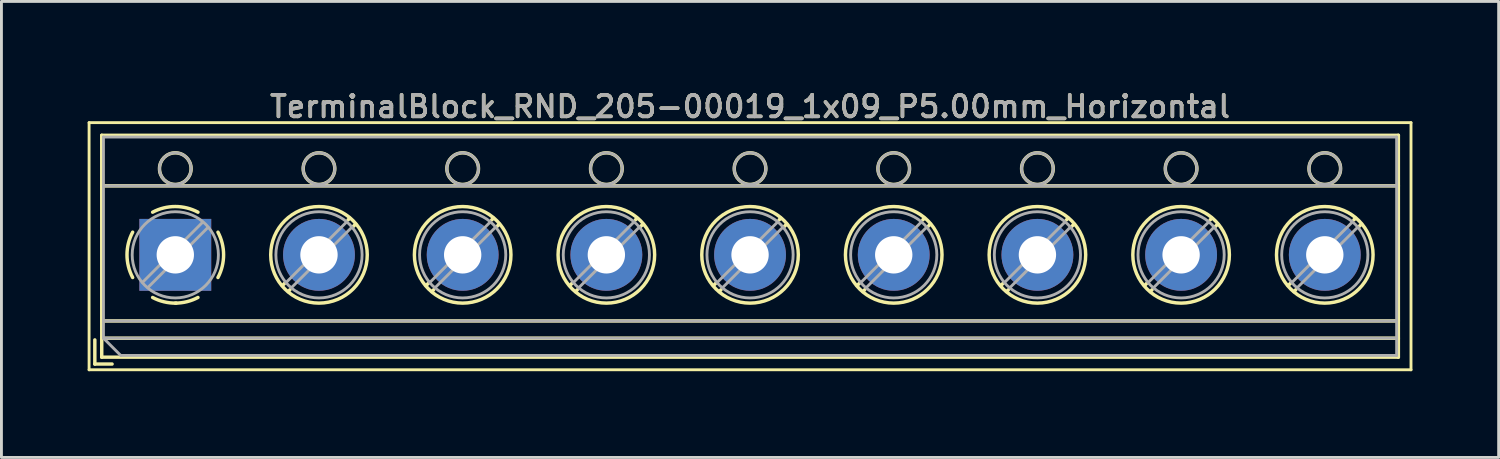
<source format=kicad_pcb>
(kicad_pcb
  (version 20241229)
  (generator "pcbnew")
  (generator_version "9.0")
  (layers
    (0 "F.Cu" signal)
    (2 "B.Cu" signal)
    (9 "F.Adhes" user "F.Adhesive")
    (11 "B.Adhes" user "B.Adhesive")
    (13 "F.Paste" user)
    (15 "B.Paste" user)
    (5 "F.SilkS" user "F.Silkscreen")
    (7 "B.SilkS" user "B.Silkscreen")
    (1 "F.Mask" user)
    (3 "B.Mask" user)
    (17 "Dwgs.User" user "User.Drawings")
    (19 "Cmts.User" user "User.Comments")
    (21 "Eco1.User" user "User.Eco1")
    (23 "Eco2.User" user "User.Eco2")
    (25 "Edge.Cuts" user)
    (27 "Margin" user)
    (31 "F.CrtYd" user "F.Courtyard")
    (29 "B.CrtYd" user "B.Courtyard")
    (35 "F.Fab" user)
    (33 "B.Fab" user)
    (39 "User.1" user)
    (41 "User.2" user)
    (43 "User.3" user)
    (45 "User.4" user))
  (footprint "TerminalBlock_RND_205-00019_1x09_P5.00mm_Horizontal"
    (layer "F.Cu")
    (at 3.05 5.818)
    (property "Reference" "TerminalBlock_RND_205-00019_1x09_P5.00mm_Horizontal" (at 20 -5.16 0) (layer "F.SilkS") (effects (font (size 0.75 0.75) (thickness 0.125))))
    (attr through_hole)
    (fp_line (start -3 -4.6) (end -3 4) (stroke (width 0.1) (type solid)) (layer "F.SilkS"))
    (fp_line (start -3 4) (end 43 4) (stroke (width 0.1) (type solid)) (layer "F.SilkS"))
    (fp_line (start -2.8 2.96) (end -2.8 3.8) (stroke (width 0.12) (type solid)) (layer "F.SilkS"))
    (fp_line (start -2.8 3.8) (end -2.2 3.8) (stroke (width 0.12) (type solid)) (layer "F.SilkS"))
    (fp_line (start -2.56 -4.16) (end -2.56 3.561) (stroke (width 0.12) (type solid)) (layer "F.SilkS"))
    (fp_line (start -2.56 -4.16) (end 42.56 -4.16) (stroke (width 0.12) (type solid)) (layer "F.SilkS"))
    (fp_line (start -2.56 -2.4) (end 42.56 -2.4) (stroke (width 0.12) (type solid)) (layer "F.SilkS"))
    (fp_line (start -2.56 2.3) (end 42.56 2.3) (stroke (width 0.12) (type solid)) (layer "F.SilkS"))
    (fp_line (start -2.56 2.9) (end 42.56 2.9) (stroke (width 0.12) (type solid)) (layer "F.SilkS"))
    (fp_line (start -2.56 3.561) (end 42.56 3.561) (stroke (width 0.12) (type solid)) (layer "F.SilkS"))
    (fp_line (start 3.82 0.976) (end 3.726 1.069) (stroke (width 0.12) (type solid)) (layer "F.SilkS"))
    (fp_line (start 3.99 1.216) (end 3.931 1.274) (stroke (width 0.12) (type solid)) (layer "F.SilkS"))
    (fp_line (start 6.07 -1.275) (end 6.011 -1.216) (stroke (width 0.12) (type solid)) (layer "F.SilkS"))
    (fp_line (start 6.275 -1.069) (end 6.181 -0.976) (stroke (width 0.12) (type solid)) (layer "F.SilkS"))
    (fp_line (start 8.82 0.976) (end 8.726 1.069) (stroke (width 0.12) (type solid)) (layer "F.SilkS"))
    (fp_line (start 8.99 1.216) (end 8.931 1.274) (stroke (width 0.12) (type solid)) (layer "F.SilkS"))
    (fp_line (start 11.07 -1.275) (end 11.011 -1.216) (stroke (width 0.12) (type solid)) (layer "F.SilkS"))
    (fp_line (start 11.275 -1.069) (end 11.181 -0.976) (stroke (width 0.12) (type solid)) (layer "F.SilkS"))
    (fp_line (start 13.82 0.976) (end 13.726 1.069) (stroke (width 0.12) (type solid)) (layer "F.SilkS"))
    (fp_line (start 13.99 1.216) (end 13.931 1.274) (stroke (width 0.12) (type solid)) (layer "F.SilkS"))
    (fp_line (start 16.07 -1.275) (end 16.011 -1.216) (stroke (width 0.12) (type solid)) (layer "F.SilkS"))
    (fp_line (start 16.275 -1.069) (end 16.181 -0.976) (stroke (width 0.12) (type solid)) (layer "F.SilkS"))
    (fp_line (start 18.82 0.976) (end 18.726 1.069) (stroke (width 0.12) (type solid)) (layer "F.SilkS"))
    (fp_line (start 18.99 1.216) (end 18.931 1.274) (stroke (width 0.12) (type solid)) (layer "F.SilkS"))
    (fp_line (start 21.07 -1.275) (end 21.011 -1.216) (stroke (width 0.12) (type solid)) (layer "F.SilkS"))
    (fp_line (start 21.275 -1.069) (end 21.181 -0.976) (stroke (width 0.12) (type solid)) (layer "F.SilkS"))
    (fp_line (start 23.82 0.976) (end 23.726 1.069) (stroke (width 0.12) (type solid)) (layer "F.SilkS"))
    (fp_line (start 23.99 1.216) (end 23.931 1.274) (stroke (width 0.12) (type solid)) (layer "F.SilkS"))
    (fp_line (start 26.07 -1.275) (end 26.011 -1.216) (stroke (width 0.12) (type solid)) (layer "F.SilkS"))
    (fp_line (start 26.275 -1.069) (end 26.181 -0.976) (stroke (width 0.12) (type solid)) (layer "F.SilkS"))
    (fp_line (start 28.82 0.976) (end 28.726 1.069) (stroke (width 0.12) (type solid)) (layer "F.SilkS"))
    (fp_line (start 28.99 1.216) (end 28.931 1.274) (stroke (width 0.12) (type solid)) (layer "F.SilkS"))
    (fp_line (start 31.07 -1.275) (end 31.011 -1.216) (stroke (width 0.12) (type solid)) (layer "F.SilkS"))
    (fp_line (start 31.275 -1.069) (end 31.181 -0.976) (stroke (width 0.12) (type solid)) (layer "F.SilkS"))
    (fp_line (start 33.82 0.976) (end 33.726 1.069) (stroke (width 0.12) (type solid)) (layer "F.SilkS"))
    (fp_line (start 33.99 1.216) (end 33.931 1.274) (stroke (width 0.12) (type solid)) (layer "F.SilkS"))
    (fp_line (start 36.07 -1.275) (end 36.011 -1.216) (stroke (width 0.12) (type solid)) (layer "F.SilkS"))
    (fp_line (start 36.275 -1.069) (end 36.181 -0.976) (stroke (width 0.12) (type solid)) (layer "F.SilkS"))
    (fp_line (start 38.82 0.976) (end 38.726 1.069) (stroke (width 0.12) (type solid)) (layer "F.SilkS"))
    (fp_line (start 38.99 1.216) (end 38.931 1.274) (stroke (width 0.12) (type solid)) (layer "F.SilkS"))
    (fp_line (start 41.07 -1.275) (end 41.011 -1.216) (stroke (width 0.12) (type solid)) (layer "F.SilkS"))
    (fp_line (start 41.275 -1.069) (end 41.181 -0.976) (stroke (width 0.12) (type solid)) (layer "F.SilkS"))
    (fp_line (start 42.56 -4.16) (end 42.56 3.561) (stroke (width 0.12) (type solid)) (layer "F.SilkS"))
    (fp_line (start 43 -4.6) (end -3 -4.6) (stroke (width 0.1) (type solid)) (layer "F.SilkS"))
    (fp_line (start 43 4) (end 43 -4.6) (stroke (width 0.1) (type solid)) (layer "F.SilkS"))
    (fp_arc (start -1.483953 0.789089) (mid -1.680708 0.00005) (end -1.484 -0.789) (stroke (width 0.12) (type solid)) (layer "F.SilkS"))
    (fp_arc (start -0.789089 -1.483953) (mid -0.00005 -1.680708) (end 0.789 -1.484) (stroke (width 0.12) (type solid)) (layer "F.SilkS"))
    (fp_arc (start 0.029383 1.68045) (mid -0.392304 1.634281) (end -0.789 1.484) (stroke (width 0.12) (type solid)) (layer "F.SilkS"))
    (fp_arc (start 0.788712 1.483352) (mid 0.406429 1.630097) (end 0 1.68) (stroke (width 0.12) (type solid)) (layer "F.SilkS"))
    (fp_arc (start 1.483953 -0.789089) (mid 1.680708 -0.00005) (end 1.484 0.789) (stroke (width 0.12) (type solid)) (layer "F.SilkS"))
    (fp_circle (center 0 -3) (end 0.55 -3) (stroke (width 0.12) (type solid)) (fill no) (layer "F.SilkS"))
    (fp_circle (center 5 -3) (end 5.55 -3) (stroke (width 0.12) (type solid)) (fill no) (layer "F.SilkS"))
    (fp_circle (center 5 0) (end 6.68 0) (stroke (width 0.12) (type solid)) (fill no) (layer "F.SilkS"))
    (fp_circle (center 10 -3) (end 10.55 -3) (stroke (width 0.12) (type solid)) (fill no) (layer "F.SilkS"))
    (fp_circle (center 10 0) (end 11.68 0) (stroke (width 0.12) (type solid)) (fill no) (layer "F.SilkS"))
    (fp_circle (center 15 -3) (end 15.55 -3) (stroke (width 0.12) (type solid)) (fill no) (layer "F.SilkS"))
    (fp_circle (center 15 0) (end 16.68 0) (stroke (width 0.12) (type solid)) (fill no) (layer "F.SilkS"))
    (fp_circle (center 20 -3) (end 20.55 -3) (stroke (width 0.12) (type solid)) (fill no) (layer "F.SilkS"))
    (fp_circle (center 20 0) (end 21.68 0) (stroke (width 0.12) (type solid)) (fill no) (layer "F.SilkS"))
    (fp_circle (center 25 -3) (end 25.55 -3) (stroke (width 0.12) (type solid)) (fill no) (layer "F.SilkS"))
    (fp_circle (center 25 0) (end 26.68 0) (stroke (width 0.12) (type solid)) (fill no) (layer "F.SilkS"))
    (fp_circle (center 30 -3) (end 30.55 -3) (stroke (width 0.12) (type solid)) (fill no) (layer "F.SilkS"))
    (fp_circle (center 30 0) (end 31.68 0) (stroke (width 0.12) (type solid)) (fill no) (layer "F.SilkS"))
    (fp_circle (center 35 -3) (end 35.55 -3) (stroke (width 0.12) (type solid)) (fill no) (layer "F.SilkS"))
    (fp_circle (center 35 0) (end 36.68 0) (stroke (width 0.12) (type solid)) (fill no) (layer "F.SilkS"))
    (fp_circle (center 40 -3) (end 40.55 -3) (stroke (width 0.12) (type solid)) (fill no) (layer "F.SilkS"))
    (fp_circle (center 40 0) (end 41.68 0) (stroke (width 0.12) (type solid)) (fill no) (layer "F.SilkS"))
    (fp_line (start -2.5 -4.1) (end 42.5 -4.1) (stroke (width 0.1) (type solid)) (layer "F.Fab"))
    (fp_line (start -2.5 -2.4) (end 42.5 -2.4) (stroke (width 0.1) (type solid)) (layer "F.Fab"))
    (fp_line (start -2.5 2.3) (end 42.5 2.3) (stroke (width 0.1) (type solid)) (layer "F.Fab"))
    (fp_line (start -2.5 2.9) (end -2.5 -4.1) (stroke (width 0.1) (type solid)) (layer "F.Fab"))
    (fp_line (start -2.5 2.9) (end 42.5 2.9) (stroke (width 0.1) (type solid)) (layer "F.Fab"))
    (fp_line (start -1.9 3.5) (end -2.5 2.9) (stroke (width 0.1) (type solid)) (layer "F.Fab"))
    (fp_line (start 0.955 -1.138) (end -1.138 0.955) (stroke (width 0.1) (type solid)) (layer "F.Fab"))
    (fp_line (start 1.138 -0.955) (end -0.955 1.138) (stroke (width 0.1) (type solid)) (layer "F.Fab"))
    (fp_line (start 5.955 -1.138) (end 3.863 0.955) (stroke (width 0.1) (type solid)) (layer "F.Fab"))
    (fp_line (start 6.138 -0.955) (end 4.046 1.138) (stroke (width 0.1) (type solid)) (layer "F.Fab"))
    (fp_line (start 10.955 -1.138) (end 8.863 0.955) (stroke (width 0.1) (type solid)) (layer "F.Fab"))
    (fp_line (start 11.138 -0.955) (end 9.046 1.138) (stroke (width 0.1) (type solid)) (layer "F.Fab"))
    (fp_line (start 15.955 -1.138) (end 13.863 0.955) (stroke (width 0.1) (type solid)) (layer "F.Fab"))
    (fp_line (start 16.138 -0.955) (end 14.046 1.138) (stroke (width 0.1) (type solid)) (layer "F.Fab"))
    (fp_line (start 20.955 -1.138) (end 18.863 0.955) (stroke (width 0.1) (type solid)) (layer "F.Fab"))
    (fp_line (start 21.138 -0.955) (end 19.046 1.138) (stroke (width 0.1) (type solid)) (layer "F.Fab"))
    (fp_line (start 25.955 -1.138) (end 23.863 0.955) (stroke (width 0.1) (type solid)) (layer "F.Fab"))
    (fp_line (start 26.138 -0.955) (end 24.046 1.138) (stroke (width 0.1) (type solid)) (layer "F.Fab"))
    (fp_line (start 30.955 -1.138) (end 28.863 0.955) (stroke (width 0.1) (type solid)) (layer "F.Fab"))
    (fp_line (start 31.138 -0.955) (end 29.046 1.138) (stroke (width 0.1) (type solid)) (layer "F.Fab"))
    (fp_line (start 35.955 -1.138) (end 33.863 0.955) (stroke (width 0.1) (type solid)) (layer "F.Fab"))
    (fp_line (start 36.138 -0.955) (end 34.046 1.138) (stroke (width 0.1) (type solid)) (layer "F.Fab"))
    (fp_line (start 40.955 -1.138) (end 38.863 0.955) (stroke (width 0.1) (type solid)) (layer "F.Fab"))
    (fp_line (start 41.138 -0.955) (end 39.046 1.138) (stroke (width 0.1) (type solid)) (layer "F.Fab"))
    (fp_line (start 42.5 -4.1) (end 42.5 3.5) (stroke (width 0.1) (type solid)) (layer "F.Fab"))
    (fp_line (start 42.5 3.5) (end -1.9 3.5) (stroke (width 0.1) (type solid)) (layer "F.Fab"))
    (fp_circle (center 0 -3) (end 0.55 -3) (stroke (width 0.1) (type solid)) (fill no) (layer "F.Fab"))
    (fp_circle (center 0 0) (end 1.5 0) (stroke (width 0.1) (type solid)) (fill no) (layer "F.Fab"))
    (fp_circle (center 5 -3) (end 5.55 -3) (stroke (width 0.1) (type solid)) (fill no) (layer "F.Fab"))
    (fp_circle (center 5 0) (end 6.5 0) (stroke (width 0.1) (type solid)) (fill no) (layer "F.Fab"))
    (fp_circle (center 10 -3) (end 10.55 -3) (stroke (width 0.1) (type solid)) (fill no) (layer "F.Fab"))
    (fp_circle (center 10 0) (end 11.5 0) (stroke (width 0.1) (type solid)) (fill no) (layer "F.Fab"))
    (fp_circle (center 15 -3) (end 15.55 -3) (stroke (width 0.1) (type solid)) (fill no) (layer "F.Fab"))
    (fp_circle (center 15 0) (end 16.5 0) (stroke (width 0.1) (type solid)) (fill no) (layer "F.Fab"))
    (fp_circle (center 20 -3) (end 20.55 -3) (stroke (width 0.1) (type solid)) (fill no) (layer "F.Fab"))
    (fp_circle (center 20 0) (end 21.5 0) (stroke (width 0.1) (type solid)) (fill no) (layer "F.Fab"))
    (fp_circle (center 25 -3) (end 25.55 -3) (stroke (width 0.1) (type solid)) (fill no) (layer "F.Fab"))
    (fp_circle (center 25 0) (end 26.5 0) (stroke (width 0.1) (type solid)) (fill no) (layer "F.Fab"))
    (fp_circle (center 30 -3) (end 30.55 -3) (stroke (width 0.1) (type solid)) (fill no) (layer "F.Fab"))
    (fp_circle (center 30 0) (end 31.5 0) (stroke (width 0.1) (type solid)) (fill no) (layer "F.Fab"))
    (fp_circle (center 35 -3) (end 35.55 -3) (stroke (width 0.1) (type solid)) (fill no) (layer "F.Fab"))
    (fp_circle (center 35 0) (end 36.5 0) (stroke (width 0.1) (type solid)) (fill no) (layer "F.Fab"))
    (fp_circle (center 40 -3) (end 40.55 -3) (stroke (width 0.1) (type solid)) (fill no) (layer "F.Fab"))
    (fp_circle (center 40 0) (end 41.5 0) (stroke (width 0.1) (type solid)) (fill no) (layer "F.Fab"))
    (fp_text user "${REFERENCE}" (at 20 -5.16 0) (layer "F.Fab") (effects (font (size 0.75 0.75) (thickness 0.125))))
    (pad "1" thru_hole rect (at 0 0) (size 2.5 2.5) (drill 1.3) (layers "*.Cu" "*.Mask"))
    (pad "2" thru_hole circle (at 5 0) (size 2.5 2.5) (drill 1.3) (layers "*.Cu" "*.Mask"))
    (pad "3" thru_hole circle (at 10 0) (size 2.5 2.5) (drill 1.3) (layers "*.Cu" "*.Mask"))
    (pad "4" thru_hole circle (at 15 0) (size 2.5 2.5) (drill 1.3) (layers "*.Cu" "*.Mask"))
    (pad "5" thru_hole circle (at 20 0) (size 2.5 2.5) (drill 1.3) (layers "*.Cu" "*.Mask"))
    (pad "6" thru_hole circle (at 25 0) (size 2.5 2.5) (drill 1.3) (layers "*.Cu" "*.Mask"))
    (pad "7" thru_hole circle (at 30 0) (size 2.5 2.5) (drill 1.3) (layers "*.Cu" "*.Mask"))
    (pad "8" thru_hole circle (at 35 0) (size 2.5 2.5) (drill 1.3) (layers "*.Cu" "*.Mask"))
    (pad "9" thru_hole circle (at 40 0) (size 2.5 2.5) (drill 1.3) (layers "*.Cu" "*.Mask")))
  (gr_rect
    (start -3 -3)
    (end 49.1 12.868)
    (stroke (width 0.1) (type default))
    (fill no)
    (layer "Edge.Cuts")))
</source>
